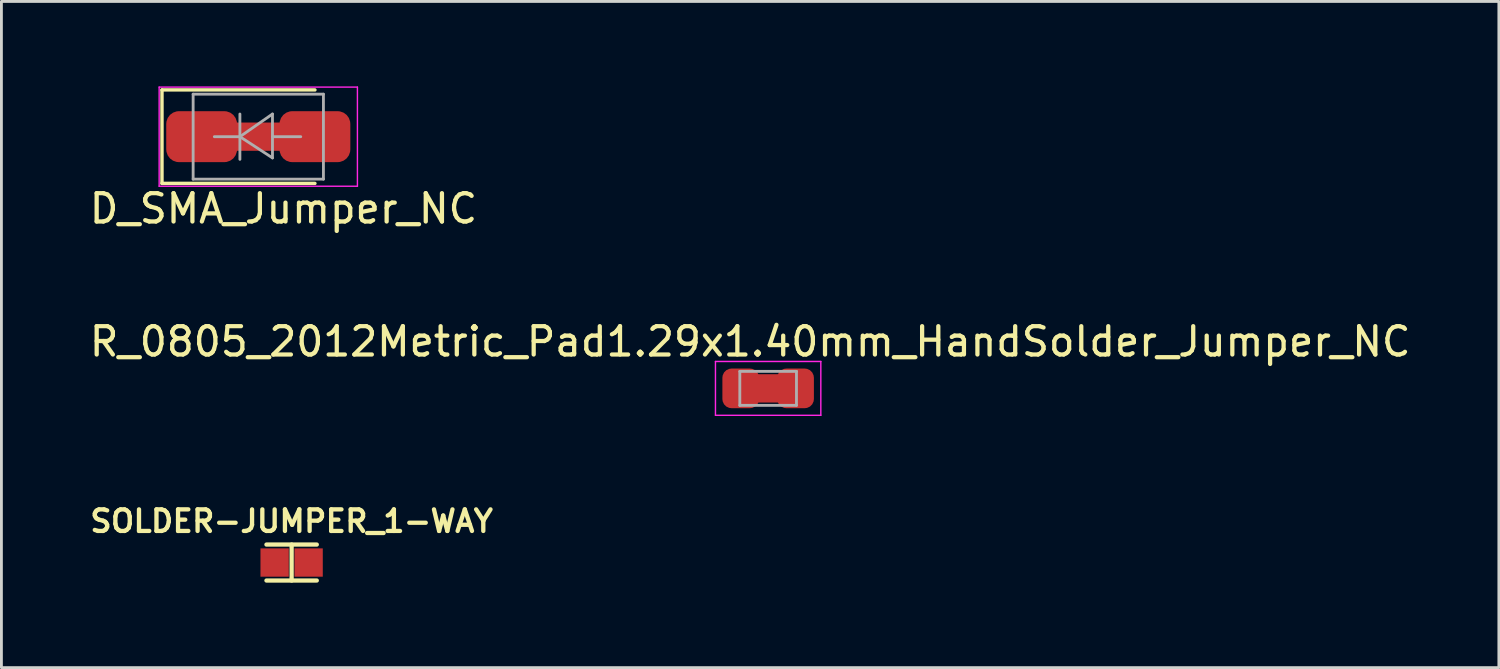
<source format=kicad_pcb>
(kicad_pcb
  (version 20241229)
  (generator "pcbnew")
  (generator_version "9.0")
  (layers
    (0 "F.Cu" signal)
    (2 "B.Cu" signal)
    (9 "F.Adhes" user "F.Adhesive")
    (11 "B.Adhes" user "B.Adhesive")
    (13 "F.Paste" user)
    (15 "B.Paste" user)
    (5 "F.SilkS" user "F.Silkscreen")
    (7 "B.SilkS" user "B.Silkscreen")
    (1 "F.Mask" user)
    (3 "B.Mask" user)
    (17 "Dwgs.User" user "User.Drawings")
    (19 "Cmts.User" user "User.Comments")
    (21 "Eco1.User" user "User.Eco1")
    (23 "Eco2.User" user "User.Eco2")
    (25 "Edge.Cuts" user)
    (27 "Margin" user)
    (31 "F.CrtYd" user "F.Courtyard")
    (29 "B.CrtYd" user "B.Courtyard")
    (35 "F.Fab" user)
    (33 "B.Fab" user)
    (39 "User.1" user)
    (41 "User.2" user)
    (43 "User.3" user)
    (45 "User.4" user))
  (footprint "R_0805_2012Metric_Pad1.29x1.40mm_HandSolder_Jumper_NC"
    (layer "F.Cu")
    (at 24.07 10.662)
    (property "Reference" "R_0805_2012Metric_Pad1.29x1.40mm_HandSolder_Jumper_NC" (at -0.635 -1.651 0) (layer "F.SilkS") (effects (font (size 1 1) (thickness 0.15))))
    (attr exclude_from_pos_files exclude_from_bom)
    (fp_line (start -1 0) (end 1 0) (stroke (width 1) (type solid)) (layer "F.Cu"))
    (fp_line (start -1 0) (end 1 0) (stroke (width 1.2) (type solid)) (layer "F.Mask"))
    (fp_line (start -1.86 -0.95) (end 1.86 -0.95) (stroke (width 0.05) (type solid)) (layer "F.CrtYd"))
    (fp_line (start -1.86 0.95) (end -1.86 -0.95) (stroke (width 0.05) (type solid)) (layer "F.CrtYd"))
    (fp_line (start 1.86 -0.95) (end 1.86 0.95) (stroke (width 0.05) (type solid)) (layer "F.CrtYd"))
    (fp_line (start 1.86 0.95) (end -1.86 0.95) (stroke (width 0.05) (type solid)) (layer "F.CrtYd"))
    (fp_line (start -1 -0.6) (end 1 -0.6) (stroke (width 0.1) (type solid)) (layer "F.Fab"))
    (fp_line (start -1 0.6) (end -1 -0.6) (stroke (width 0.1) (type solid)) (layer "F.Fab"))
    (fp_line (start 1 -0.6) (end 1 0.6) (stroke (width 0.1) (type solid)) (layer "F.Fab"))
    (fp_line (start 1 0.6) (end -1 0.6) (stroke (width 0.1) (type solid)) (layer "F.Fab"))
    (pad "1" smd roundrect (at -0.968 0) (size 1.295 1.4) (layers "F.Cu" "F.Mask") (roundrect_rratio 0.25))
    (pad "2" smd roundrect (at 0.968 0) (size 1.295 1.4) (layers "F.Cu" "F.Mask") (roundrect_rratio 0.25)))
  (footprint "SOLDER-JUMPER_1-WAY"
    (layer "F.Cu")
    (at 7.246 16.811)
    (property "Reference" "SOLDER-JUMPER_1-WAY" (at 0 -1.46 0) (layer "F.SilkS") (effects (font (size 0.762 0.762) (thickness 0.152))))
    (attr through_hole)
    (fp_line (start -0.889 -0.635) (end 0.889 -0.635) (stroke (width 0.15) (type solid)) (layer "F.SilkS"))
    (fp_line (start -0.889 0.635) (end 0.889 0.635) (stroke (width 0.15) (type solid)) (layer "F.SilkS"))
    (fp_line (start 0 -0.635) (end 0 0.635) (stroke (width 0.15) (type solid)) (layer "F.SilkS"))
    (pad "1" smd rect (at -0.6 0) (size 1 1) (layers "F.Cu" "F.Mask" "F.Paste"))
    (pad "2" smd rect (at 0.6 0) (size 1 1) (layers "F.Cu" "F.Mask" "F.Paste")))
  (footprint "D_SMA_Jumper_NC"
    (layer "F.Cu")
    (at 6.069 1.775)
    (property "Reference" "D_SMA_Jumper_NC" (at 0.889 2.54 0) (layer "F.SilkS") (effects (font (size 1 1) (thickness 0.15))))
    (attr exclude_from_pos_files exclude_from_bom)
    (fp_line (start -2 0) (end 2 0) (stroke (width 1) (type solid)) (layer "F.Cu"))
    (fp_line (start -2 0) (end 2 0) (stroke (width 1.2) (type solid)) (layer "F.Mask"))
    (fp_line (start -3.4 -1.65) (end -3.4 1.65) (stroke (width 0.12) (type solid)) (layer "F.SilkS"))
    (fp_line (start -3.4 -1.65) (end 2 -1.65) (stroke (width 0.12) (type solid)) (layer "F.SilkS"))
    (fp_line (start -3.4 1.65) (end 2 1.65) (stroke (width 0.12) (type solid)) (layer "F.SilkS"))
    (fp_line (start -3.5 -1.75) (end 3.5 -1.75) (stroke (width 0.05) (type solid)) (layer "F.CrtYd"))
    (fp_line (start -3.5 1.75) (end -3.5 -1.75) (stroke (width 0.05) (type solid)) (layer "F.CrtYd"))
    (fp_line (start 3.5 -1.75) (end 3.5 1.75) (stroke (width 0.05) (type solid)) (layer "F.CrtYd"))
    (fp_line (start 3.5 1.75) (end -3.5 1.75) (stroke (width 0.05) (type solid)) (layer "F.CrtYd"))
    (fp_line (start -2.3 1.5) (end -2.3 -1.5) (stroke (width 0.1) (type solid)) (layer "F.Fab"))
    (fp_line (start -0.649 -0.799) (end -0.649 0.801) (stroke (width 0.1) (type solid)) (layer "F.Fab"))
    (fp_line (start -0.649 0.001) (end -1.551 0.001) (stroke (width 0.1) (type solid)) (layer "F.Fab"))
    (fp_line (start -0.649 0.001) (end 0.501 -0.799) (stroke (width 0.1) (type solid)) (layer "F.Fab"))
    (fp_line (start -0.649 0.001) (end 0.501 0.75) (stroke (width 0.1) (type solid)) (layer "F.Fab"))
    (fp_line (start 0.501 0.001) (end 1.499 0.001) (stroke (width 0.1) (type solid)) (layer "F.Fab"))
    (fp_line (start 0.501 0.75) (end 0.501 -0.799) (stroke (width 0.1) (type solid)) (layer "F.Fab"))
    (fp_line (start 2.3 -1.5) (end -2.3 -1.5) (stroke (width 0.1) (type solid)) (layer "F.Fab"))
    (fp_line (start 2.3 -1.5) (end 2.3 1.5) (stroke (width 0.1) (type solid)) (layer "F.Fab"))
    (fp_line (start 2.3 1.5) (end -2.3 1.5) (stroke (width 0.1) (type solid)) (layer "F.Fab"))
    (pad "1" smd roundrect (at -2 0) (size 2.5 1.8) (layers "F.Cu" "F.Mask") (roundrect_rratio 0.25))
    (pad "2" smd roundrect (at 2 0) (size 2.5 1.8) (layers "F.Cu" "F.Mask") (roundrect_rratio 0.25)))
  (gr_rect
    (start -3 -3)
    (end 49.869 20.521)
    (stroke (width 0.1) (type default))
    (fill no)
    (layer "Edge.Cuts")))
</source>
